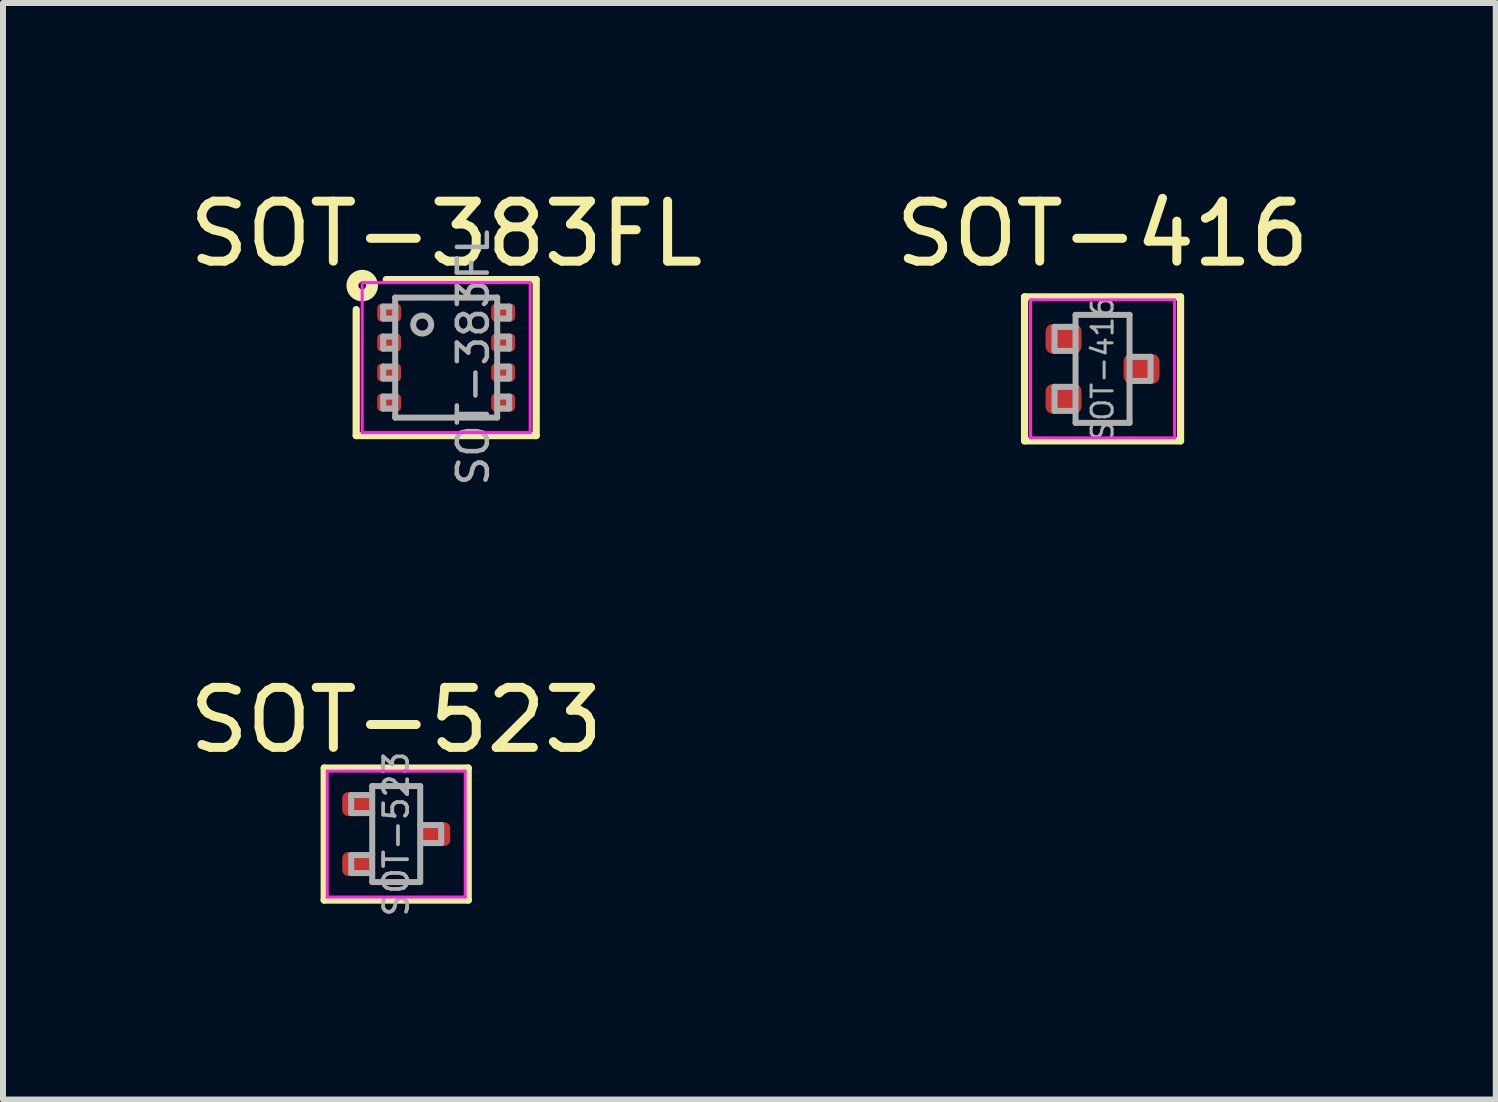
<source format=kicad_pcb>
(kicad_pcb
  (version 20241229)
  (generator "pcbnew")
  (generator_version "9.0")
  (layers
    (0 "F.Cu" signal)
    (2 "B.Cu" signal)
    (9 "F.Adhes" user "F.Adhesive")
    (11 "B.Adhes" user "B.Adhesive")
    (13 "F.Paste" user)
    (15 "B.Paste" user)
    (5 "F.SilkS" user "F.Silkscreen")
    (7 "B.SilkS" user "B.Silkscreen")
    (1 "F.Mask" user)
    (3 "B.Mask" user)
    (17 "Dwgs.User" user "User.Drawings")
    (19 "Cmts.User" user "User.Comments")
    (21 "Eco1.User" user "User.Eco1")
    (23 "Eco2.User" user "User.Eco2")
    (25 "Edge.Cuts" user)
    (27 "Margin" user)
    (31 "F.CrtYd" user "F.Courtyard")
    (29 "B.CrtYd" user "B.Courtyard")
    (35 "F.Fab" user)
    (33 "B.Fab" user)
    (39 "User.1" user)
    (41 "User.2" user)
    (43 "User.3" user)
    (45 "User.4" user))
  (footprint "SOT-383FL"
    (layer "F.Cu")
    (at 4.387 2.91)
    (property "Reference" "SOT-383FL" (at 0 -2.062 0) (layer "F.SilkS") (effects (font (size 1 1) (thickness 0.15))))
    (attr smd)
    (fp_line (start -1.5 -0.8) (end -1.5 1.3) (stroke (width 0.12) (type solid)) (layer "F.SilkS"))
    (fp_line (start -1.5 1.3) (end 1.5 1.3) (stroke (width 0.12) (type solid)) (layer "F.SilkS"))
    (fp_line (start 1.5 -1.3) (end -1 -1.3) (stroke (width 0.12) (type solid)) (layer "F.SilkS"))
    (fp_line (start 1.5 1.3) (end 1.5 -1.3) (stroke (width 0.12) (type solid)) (layer "F.SilkS"))
    (fp_circle (center -1.4 -1.2) (end -1.337 -1.2) (stroke (width 0.2) (type solid)) (fill no) (layer "F.SilkS"))
    (fp_line (start -1.4 -1.25) (end -1.4 1.25) (stroke (width 0.05) (type solid)) (layer "F.CrtYd"))
    (fp_line (start -1.4 -1.25) (end 1.4 -1.25) (stroke (width 0.05) (type solid)) (layer "F.CrtYd"))
    (fp_line (start 1.4 1.25) (end -1.4 1.25) (stroke (width 0.05) (type solid)) (layer "F.CrtYd"))
    (fp_line (start 1.4 1.25) (end 1.4 -1.25) (stroke (width 0.05) (type solid)) (layer "F.CrtYd"))
    (fp_line (start -1.05 -0.85) (end -1.05 -0.65) (stroke (width 0.1) (type solid)) (layer "F.Fab"))
    (fp_line (start -1.05 -0.65) (end -0.85 -0.65) (stroke (width 0.1) (type solid)) (layer "F.Fab"))
    (fp_line (start -1.05 -0.35) (end -1.05 -0.15) (stroke (width 0.1) (type solid)) (layer "F.Fab"))
    (fp_line (start -1.05 -0.15) (end -0.85 -0.15) (stroke (width 0.1) (type solid)) (layer "F.Fab"))
    (fp_line (start -1.05 0.15) (end -1.05 0.35) (stroke (width 0.1) (type solid)) (layer "F.Fab"))
    (fp_line (start -1.05 0.35) (end -0.85 0.35) (stroke (width 0.1) (type solid)) (layer "F.Fab"))
    (fp_line (start -1.05 0.65) (end -1.05 0.85) (stroke (width 0.1) (type solid)) (layer "F.Fab"))
    (fp_line (start -1.05 0.85) (end -0.85 0.85) (stroke (width 0.1) (type solid)) (layer "F.Fab"))
    (fp_line (start -0.85 -1) (end -0.85 1) (stroke (width 0.1) (type solid)) (layer "F.Fab"))
    (fp_line (start -0.85 -1) (end 0.85 -1) (stroke (width 0.1) (type solid)) (layer "F.Fab"))
    (fp_line (start -0.85 -0.85) (end -1.05 -0.85) (stroke (width 0.1) (type solid)) (layer "F.Fab"))
    (fp_line (start -0.85 -0.35) (end -1.05 -0.35) (stroke (width 0.1) (type solid)) (layer "F.Fab"))
    (fp_line (start -0.85 0.15) (end -1.05 0.15) (stroke (width 0.1) (type solid)) (layer "F.Fab"))
    (fp_line (start -0.85 0.65) (end -1.05 0.65) (stroke (width 0.1) (type solid)) (layer "F.Fab"))
    (fp_line (start -0.85 1) (end 0.85 1) (stroke (width 0.1) (type solid)) (layer "F.Fab"))
    (fp_line (start 0.85 -0.65) (end 1.05 -0.65) (stroke (width 0.1) (type solid)) (layer "F.Fab"))
    (fp_line (start 0.85 -0.15) (end 1.05 -0.15) (stroke (width 0.1) (type solid)) (layer "F.Fab"))
    (fp_line (start 0.85 0.35) (end 1.05 0.35) (stroke (width 0.1) (type solid)) (layer "F.Fab"))
    (fp_line (start 0.85 0.85) (end 1.05 0.85) (stroke (width 0.1) (type solid)) (layer "F.Fab"))
    (fp_line (start 0.85 1) (end 0.85 -1) (stroke (width 0.1) (type solid)) (layer "F.Fab"))
    (fp_line (start 1.05 -0.85) (end 0.85 -0.85) (stroke (width 0.1) (type solid)) (layer "F.Fab"))
    (fp_line (start 1.05 -0.65) (end 1.05 -0.85) (stroke (width 0.1) (type solid)) (layer "F.Fab"))
    (fp_line (start 1.05 -0.35) (end 0.85 -0.35) (stroke (width 0.1) (type solid)) (layer "F.Fab"))
    (fp_line (start 1.05 -0.15) (end 1.05 -0.35) (stroke (width 0.1) (type solid)) (layer "F.Fab"))
    (fp_line (start 1.05 0.15) (end 0.85 0.15) (stroke (width 0.1) (type solid)) (layer "F.Fab"))
    (fp_line (start 1.05 0.35) (end 1.05 0.15) (stroke (width 0.1) (type solid)) (layer "F.Fab"))
    (fp_line (start 1.05 0.65) (end 0.85 0.65) (stroke (width 0.1) (type solid)) (layer "F.Fab"))
    (fp_line (start 1.05 0.85) (end 1.05 0.65) (stroke (width 0.1) (type solid)) (layer "F.Fab"))
    (fp_circle (center -0.4 -0.55) (end -0.25 -0.55) (stroke (width 0.1) (type solid)) (fill no) (layer "F.Fab"))
    (fp_text user "${REFERENCE}" (at 0.45 0 90) (layer "F.Fab") (effects (font (size 0.5 0.5) (thickness 0.075))))
    (pad "1" smd roundrect (at -0.95 -0.75) (size 0.4 0.3) (layers "F.Cu" "F.Mask" "F.Paste") (roundrect_rratio 0.25))
    (pad "2" smd roundrect (at -0.95 -0.25) (size 0.4 0.3) (layers "F.Cu" "F.Mask" "F.Paste") (roundrect_rratio 0.25))
    (pad "3" smd roundrect (at -0.95 0.25) (size 0.4 0.3) (layers "F.Cu" "F.Mask" "F.Paste") (roundrect_rratio 0.25))
    (pad "4" smd roundrect (at -0.95 0.75) (size 0.4 0.3) (layers "F.Cu" "F.Mask" "F.Paste") (roundrect_rratio 0.25))
    (pad "5" smd roundrect (at 0.95 0.75) (size 0.4 0.3) (layers "F.Cu" "F.Mask" "F.Paste") (roundrect_rratio 0.25))
    (pad "6" smd roundrect (at 0.95 0.25) (size 0.4 0.3) (layers "F.Cu" "F.Mask" "F.Paste") (roundrect_rratio 0.25))
    (pad "7" smd roundrect (at 0.95 -0.25) (size 0.4 0.3) (layers "F.Cu" "F.Mask" "F.Paste") (roundrect_rratio 0.25))
    (pad "8" smd roundrect (at 0.95 -0.75) (size 0.4 0.3) (layers "F.Cu" "F.Mask" "F.Paste") (roundrect_rratio 0.25)))
  (footprint "SOT-523"
    (layer "F.Cu")
    (at 3.554 10.852)
    (property "Reference" "SOT-523" (at 0 -1.9 0) (layer "F.SilkS") (effects (font (size 1 1) (thickness 0.15))))
    (attr smd)
    (fp_line (start -1.2 -1.1) (end -1.2 1.1) (stroke (width 0.12) (type solid)) (layer "F.SilkS"))
    (fp_line (start -1.2 1.1) (end 1.2 1.1) (stroke (width 0.12) (type solid)) (layer "F.SilkS"))
    (fp_line (start 1.2 -1.1) (end -1.2 -1.1) (stroke (width 0.12) (type solid)) (layer "F.SilkS"))
    (fp_line (start 1.2 1.1) (end 1.2 -1.1) (stroke (width 0.12) (type solid)) (layer "F.SilkS"))
    (fp_line (start -1.15 -1.05) (end -1.15 1.05) (stroke (width 0.05) (type solid)) (layer "F.CrtYd"))
    (fp_line (start -1.15 -1.05) (end 1.15 -1.05) (stroke (width 0.05) (type solid)) (layer "F.CrtYd"))
    (fp_line (start 1.15 1.05) (end -1.15 1.05) (stroke (width 0.05) (type solid)) (layer "F.CrtYd"))
    (fp_line (start 1.15 1.05) (end 1.15 -1.05) (stroke (width 0.05) (type solid)) (layer "F.CrtYd"))
    (fp_line (start -0.75 -0.65) (end -0.75 -0.35) (stroke (width 0.1) (type solid)) (layer "F.Fab"))
    (fp_line (start -0.75 -0.35) (end -0.4 -0.35) (stroke (width 0.1) (type solid)) (layer "F.Fab"))
    (fp_line (start -0.75 0.35) (end -0.75 0.65) (stroke (width 0.1) (type solid)) (layer "F.Fab"))
    (fp_line (start -0.75 0.65) (end -0.4 0.65) (stroke (width 0.1) (type solid)) (layer "F.Fab"))
    (fp_line (start -0.4 -0.8) (end -0.4 0.8) (stroke (width 0.1) (type solid)) (layer "F.Fab"))
    (fp_line (start -0.4 -0.65) (end -0.75 -0.65) (stroke (width 0.1) (type solid)) (layer "F.Fab"))
    (fp_line (start -0.4 0.35) (end -0.75 0.35) (stroke (width 0.1) (type solid)) (layer "F.Fab"))
    (fp_line (start -0.4 0.8) (end 0.4 0.8) (stroke (width 0.1) (type solid)) (layer "F.Fab"))
    (fp_line (start 0.4 -0.8) (end -0.4 -0.8) (stroke (width 0.1) (type solid)) (layer "F.Fab"))
    (fp_line (start 0.4 0.15) (end 0.75 0.15) (stroke (width 0.1) (type solid)) (layer "F.Fab"))
    (fp_line (start 0.4 0.8) (end 0.4 -0.8) (stroke (width 0.1) (type solid)) (layer "F.Fab"))
    (fp_line (start 0.75 -0.15) (end 0.4 -0.15) (stroke (width 0.1) (type solid)) (layer "F.Fab"))
    (fp_line (start 0.75 0.15) (end 0.75 -0.15) (stroke (width 0.1) (type solid)) (layer "F.Fab"))
    (fp_text user "${REFERENCE}" (at 0 0 270) (layer "F.Fab") (effects (font (size 0.4 0.4) (thickness 0.062))))
    (pad "1" smd roundrect (at -0.645 -0.5 180) (size 0.51 0.4) (layers "F.Cu" "F.Mask" "F.Paste") (roundrect_rratio 0.25))
    (pad "2" smd roundrect (at -0.645 0.5 180) (size 0.51 0.4) (layers "F.Cu" "F.Mask" "F.Paste") (roundrect_rratio 0.25))
    (pad "3" smd roundrect (at 0.645 0 180) (size 0.51 0.4) (layers "F.Cu" "F.Mask" "F.Paste") (roundrect_rratio 0.25)))
  (footprint "SOT-416"
    (layer "F.Cu")
    (at 15.327 3.098)
    (property "Reference" "SOT-416" (at 0 -2.25 0) (layer "F.SilkS") (effects (font (size 1 1) (thickness 0.15))))
    (attr smd)
    (fp_line (start -1.3 -1.2) (end -1.3 1.2) (stroke (width 0.12) (type solid)) (layer "F.SilkS"))
    (fp_line (start -1.3 1.2) (end 1.3 1.2) (stroke (width 0.12) (type solid)) (layer "F.SilkS"))
    (fp_line (start 1.3 -1.2) (end -1.3 -1.2) (stroke (width 0.12) (type solid)) (layer "F.SilkS"))
    (fp_line (start 1.3 1.2) (end 1.3 -1.2) (stroke (width 0.12) (type solid)) (layer "F.SilkS"))
    (fp_line (start -1.2 -1.15) (end 1.2 -1.15) (stroke (width 0.05) (type solid)) (layer "F.CrtYd"))
    (fp_line (start -1.2 1.15) (end -1.2 -1.15) (stroke (width 0.05) (type solid)) (layer "F.CrtYd"))
    (fp_line (start 1.2 -1.15) (end 1.2 1.15) (stroke (width 0.05) (type solid)) (layer "F.CrtYd"))
    (fp_line (start 1.2 1.15) (end -1.2 1.15) (stroke (width 0.05) (type solid)) (layer "F.CrtYd"))
    (fp_line (start -0.8 -0.7) (end -0.8 -0.3) (stroke (width 0.1) (type solid)) (layer "F.Fab"))
    (fp_line (start -0.8 -0.3) (end -0.45 -0.3) (stroke (width 0.1) (type solid)) (layer "F.Fab"))
    (fp_line (start -0.8 0.3) (end -0.8 0.7) (stroke (width 0.1) (type solid)) (layer "F.Fab"))
    (fp_line (start -0.8 0.7) (end -0.45 0.7) (stroke (width 0.1) (type solid)) (layer "F.Fab"))
    (fp_line (start -0.45 -0.9) (end -0.45 0.9) (stroke (width 0.1) (type solid)) (layer "F.Fab"))
    (fp_line (start -0.45 -0.9) (end 0.45 -0.9) (stroke (width 0.1) (type solid)) (layer "F.Fab"))
    (fp_line (start -0.45 -0.7) (end -0.8 -0.7) (stroke (width 0.1) (type solid)) (layer "F.Fab"))
    (fp_line (start -0.45 0.3) (end -0.8 0.3) (stroke (width 0.1) (type solid)) (layer "F.Fab"))
    (fp_line (start -0.45 0.9) (end 0.45 0.9) (stroke (width 0.1) (type solid)) (layer "F.Fab"))
    (fp_line (start 0.45 -0.9) (end 0.45 0.9) (stroke (width 0.1) (type solid)) (layer "F.Fab"))
    (fp_line (start 0.45 0.2) (end 0.8 0.2) (stroke (width 0.1) (type solid)) (layer "F.Fab"))
    (fp_line (start 0.8 -0.2) (end 0.45 -0.2) (stroke (width 0.1) (type solid)) (layer "F.Fab"))
    (fp_line (start 0.8 0.2) (end 0.8 -0.2) (stroke (width 0.1) (type solid)) (layer "F.Fab"))
    (fp_text user "${REFERENCE}" (at 0 0 90) (layer "F.Fab") (effects (font (size 0.35 0.35) (thickness 0.05))))
    (pad "1" smd roundrect (at -0.65 -0.5) (size 0.6 0.5) (layers "F.Cu" "F.Mask" "F.Paste") (roundrect_rratio 0.25))
    (pad "2" smd roundrect (at -0.65 0.5) (size 0.6 0.5) (layers "F.Cu" "F.Mask" "F.Paste") (roundrect_rratio 0.25))
    (pad "3" smd roundrect (at 0.65 0) (size 0.6 0.5) (layers "F.Cu" "F.Mask" "F.Paste") (roundrect_rratio 0.25)))
  (gr_rect
    (start -3 -3)
    (end 21.881 15.277)
    (stroke (width 0.1) (type default))
    (fill no)
    (layer "Edge.Cuts")))
</source>
